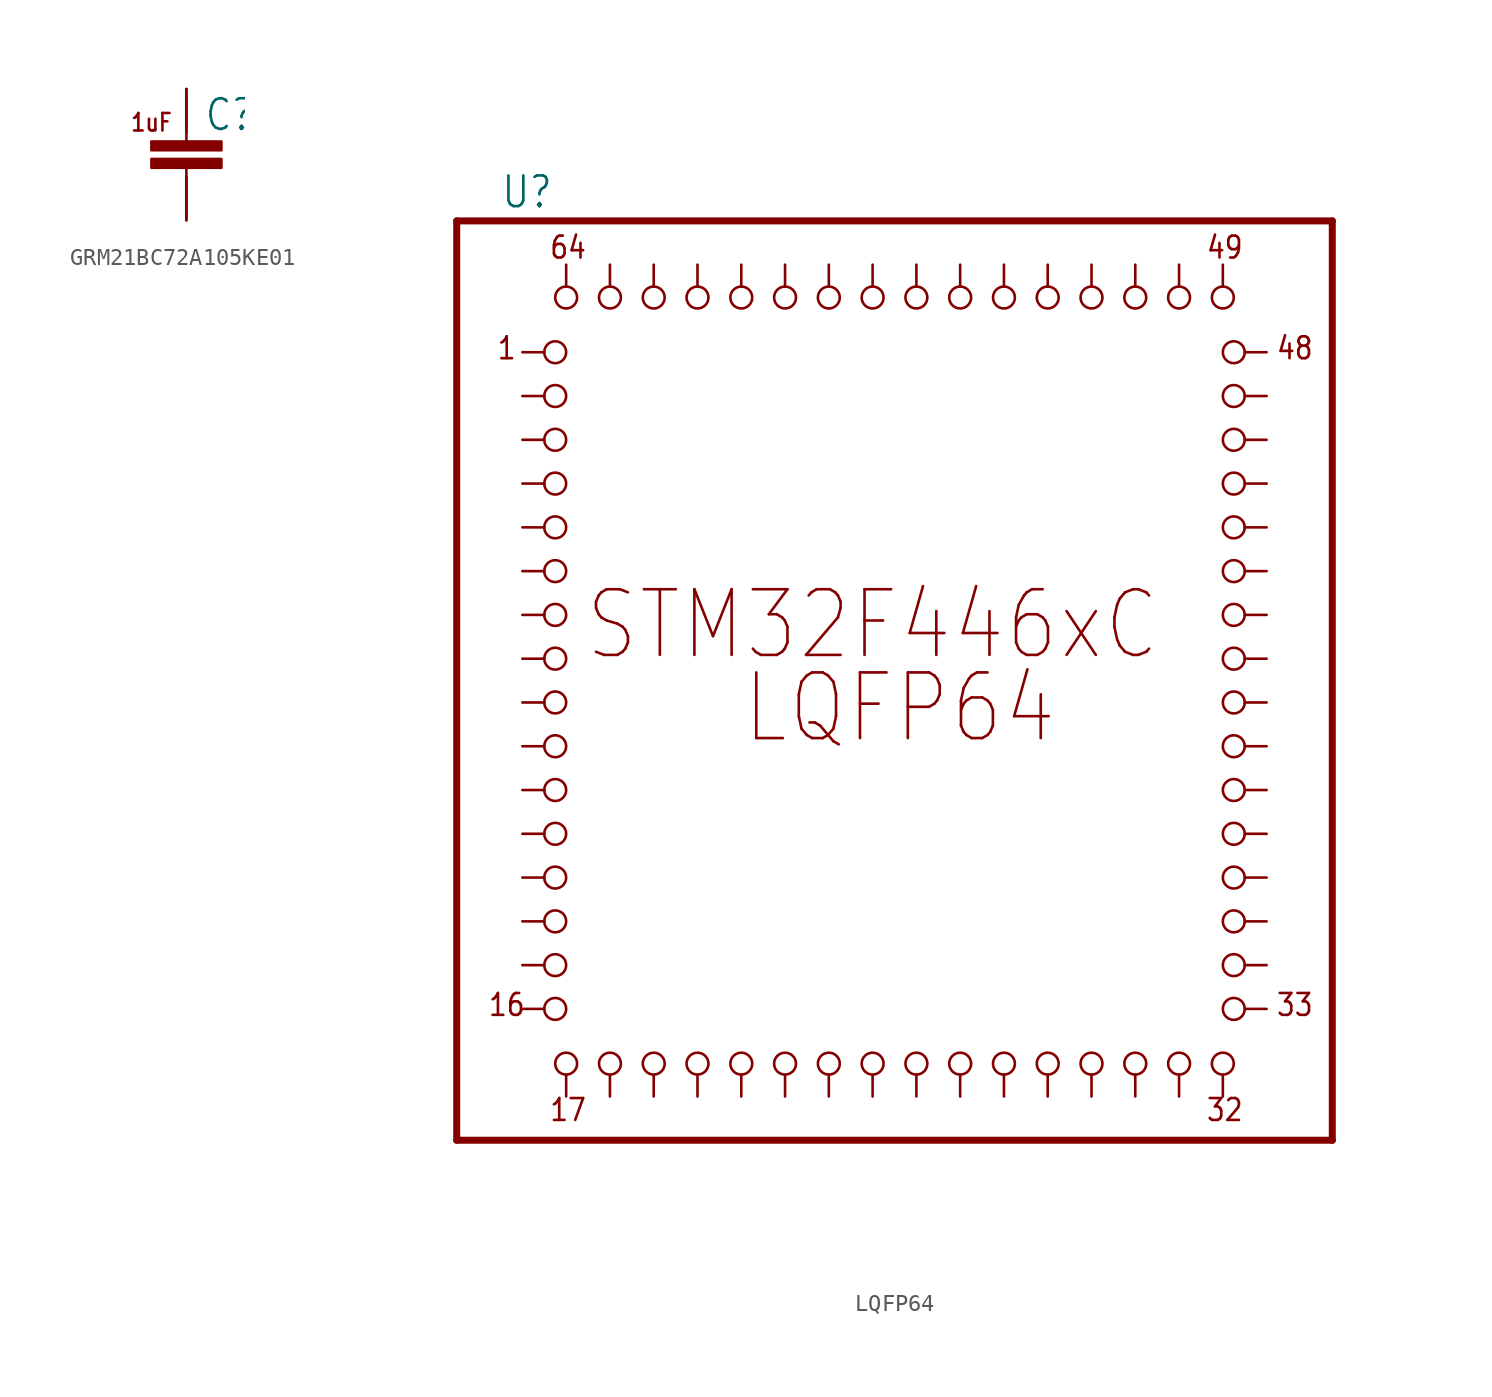
<source format=kicad_sym>
(kicad_symbol_lib
  (version 20220914)
  (generator kicad_symbol_editor)
  (symbol "GRM21BC72A105KE01"
    (property "Reference" "C"
      (at 1.016 0 0)
      (effects (font (size 1.778 1.511)) (justify left bottom)))
    (property "ki_locked" ""
      (at 0 0 0)
      (effects (font (size 1.27 1.27))))
    (symbol "GRM21BC72A105KE01_1_0"
      (rectangle (start -2.032 -2.032) (end 2.032 -1.524) (stroke (width 0) (type default)) (fill (type outline)))
      (rectangle (start -2.032 -1.016) (end 2.032 -0.508) (stroke (width 0) (type default)) (fill (type outline)))
      (polyline (pts (xy 0 -5.08) (xy 0 -2.032)) (stroke (width 0.152) (type solid)) (fill (type none)))
      (polyline (pts (xy 0 -0.508) (xy 0 2.54)) (stroke (width 0.152) (type solid)) (fill (type none)))
      (text "1uF" (at -3.302 0 0) (effects (font (size 1.016 0.864)) (justify left bottom)))
      (pin bidirectional line (at 0 2.54 270) (length 2.54) (name "P$1" (effects (font (size 0 0)))) (number "P$1" (effects (font (size 0 0)))))
      (pin bidirectional line (at 0 -5.08 90) (length 2.54) (name "P$2" (effects (font (size 0 0)))) (number "P$2" (effects (font (size 0 0)))))))
  (symbol "LQFP64"
    (property "Reference" "U"
      (at -6.35 13.335 0)
      (effects (font (size 1.778 1.511)) (justify left bottom)))
    (property "Value" ""
      (at -6.35 -43.18 0)
      (effects (font (size 1.778 1.511)) (justify left bottom)))
    (property "ki_locked" ""
      (at 0 0 0)
      (effects (font (size 1.27 1.27))))
    (symbol "LQFP64_1_0"
      (polyline (pts (xy -8.89 -40.64) (xy 41.91 -40.64)) (stroke (width 0.406) (type solid)) (fill (type none)))
      (polyline (pts (xy -8.89 12.7) (xy -8.89 -40.64)) (stroke (width 0.406) (type solid)) (fill (type none)))
      (polyline (pts (xy 41.91 -40.64) (xy 41.91 12.7)) (stroke (width 0.406) (type solid)) (fill (type none)))
      (polyline (pts (xy 41.91 12.7) (xy -8.89 12.7)) (stroke (width 0.406) (type solid)) (fill (type none)))
      (text "1" (at -6.604 4.572 0) (effects (font (size 1.27 1.079)) (justify left bottom)))
      (text "16" (at -7.112 -33.528 0) (effects (font (size 1.27 1.079)) (justify left bottom)))
      (text "17" (at -3.556 -39.624 0) (effects (font (size 1.27 1.079)) (justify left bottom)))
      (text "32" (at 34.544 -39.624 0) (effects (font (size 1.27 1.079)) (justify left bottom)))
      (text "33" (at 38.608 -33.528 0) (effects (font (size 1.27 1.079)) (justify left bottom)))
      (text "48" (at 38.608 4.572 0) (effects (font (size 1.27 1.079)) (justify left bottom)))
      (text "49" (at 34.544 10.414 0) (effects (font (size 1.27 1.079)) (justify left bottom)))
      (text "64" (at -3.556 10.414 0) (effects (font (size 1.27 1.079)) (justify left bottom)))
      (text "LQFP64" (at 7.62 -17.78 0) (effects (font (size 3.81 3.239)) (justify left bottom)))
      (text "STM32F446xC" (at -1.524 -12.954 0) (effects (font (size 3.81 3.239)) (justify left bottom)))
      (pin passive inverted (at -5.08 5.08 0) (length 2.54) (name "P1" (effects (font (size 0 0)))) (number "P1" (effects (font (size 0 0)))))
      (pin passive inverted (at -5.08 -17.78 0) (length 2.54) (name "P10" (effects (font (size 0 0)))) (number "P10" (effects (font (size 0 0)))))
      (pin passive inverted (at -5.08 -20.32 0) (length 2.54) (name "P11" (effects (font (size 0 0)))) (number "P11" (effects (font (size 0 0)))))
      (pin passive inverted (at -5.08 -22.86 0) (length 2.54) (name "P12" (effects (font (size 0 0)))) (number "P12" (effects (font (size 0 0)))))
      (pin passive inverted (at -5.08 -25.4 0) (length 2.54) (name "P13" (effects (font (size 0 0)))) (number "P13" (effects (font (size 0 0)))))
      (pin passive inverted (at -5.08 -27.94 0) (length 2.54) (name "P14" (effects (font (size 0 0)))) (number "P14" (effects (font (size 0 0)))))
      (pin passive inverted (at -5.08 -30.48 0) (length 2.54) (name "P15" (effects (font (size 0 0)))) (number "P15" (effects (font (size 0 0)))))
      (pin passive inverted (at -5.08 -33.02 0) (length 2.54) (name "P16" (effects (font (size 0 0)))) (number "P16" (effects (font (size 0 0)))))
      (pin passive inverted (at -2.54 -38.1 90) (length 2.54) (name "P17" (effects (font (size 0 0)))) (number "P17" (effects (font (size 0 0)))))
      (pin passive inverted (at 0 -38.1 90) (length 2.54) (name "P18" (effects (font (size 0 0)))) (number "P18" (effects (font (size 0 0)))))
      (pin passive inverted (at 2.54 -38.1 90) (length 2.54) (name "P19" (effects (font (size 0 0)))) (number "P19" (effects (font (size 0 0)))))
      (pin passive inverted (at -5.08 2.54 0) (length 2.54) (name "P2" (effects (font (size 0 0)))) (number "P2" (effects (font (size 0 0)))))
      (pin passive inverted (at 5.08 -38.1 90) (length 2.54) (name "P20" (effects (font (size 0 0)))) (number "P20" (effects (font (size 0 0)))))
      (pin passive inverted (at 7.62 -38.1 90) (length 2.54) (name "P21" (effects (font (size 0 0)))) (number "P21" (effects (font (size 0 0)))))
      (pin passive inverted (at 10.16 -38.1 90) (length 2.54) (name "P22" (effects (font (size 0 0)))) (number "P22" (effects (font (size 0 0)))))
      (pin passive inverted (at 12.7 -38.1 90) (length 2.54) (name "P23" (effects (font (size 0 0)))) (number "P23" (effects (font (size 0 0)))))
      (pin passive inverted (at 15.24 -38.1 90) (length 2.54) (name "P24" (effects (font (size 0 0)))) (number "P24" (effects (font (size 0 0)))))
      (pin passive inverted (at 17.78 -38.1 90) (length 2.54) (name "P25" (effects (font (size 0 0)))) (number "P25" (effects (font (size 0 0)))))
      (pin passive inverted (at 20.32 -38.1 90) (length 2.54) (name "P26" (effects (font (size 0 0)))) (number "P26" (effects (font (size 0 0)))))
      (pin passive inverted (at 22.86 -38.1 90) (length 2.54) (name "P27" (effects (font (size 0 0)))) (number "P27" (effects (font (size 0 0)))))
      (pin passive inverted (at 25.4 -38.1 90) (length 2.54) (name "P28" (effects (font (size 0 0)))) (number "P28" (effects (font (size 0 0)))))
      (pin passive inverted (at 27.94 -38.1 90) (length 2.54) (name "P29" (effects (font (size 0 0)))) (number "P29" (effects (font (size 0 0)))))
      (pin passive inverted (at -5.08 0 0) (length 2.54) (name "P3" (effects (font (size 0 0)))) (number "P3" (effects (font (size 0 0)))))
      (pin passive inverted (at 30.48 -38.1 90) (length 2.54) (name "P30" (effects (font (size 0 0)))) (number "P30" (effects (font (size 0 0)))))
      (pin passive inverted (at 33.02 -38.1 90) (length 2.54) (name "P31" (effects (font (size 0 0)))) (number "P31" (effects (font (size 0 0)))))
      (pin passive inverted (at 35.56 -38.1 90) (length 2.54) (name "P32" (effects (font (size 0 0)))) (number "P32" (effects (font (size 0 0)))))
      (pin passive inverted (at 38.1 -33.02 180) (length 2.54) (name "P33" (effects (font (size 0 0)))) (number "P33" (effects (font (size 0 0)))))
      (pin passive inverted (at 38.1 -30.48 180) (length 2.54) (name "P34" (effects (font (size 0 0)))) (number "P34" (effects (font (size 0 0)))))
      (pin passive inverted (at 38.1 -27.94 180) (length 2.54) (name "P35" (effects (font (size 0 0)))) (number "P35" (effects (font (size 0 0)))))
      (pin passive inverted (at 38.1 -25.4 180) (length 2.54) (name "P36" (effects (font (size 0 0)))) (number "P36" (effects (font (size 0 0)))))
      (pin passive inverted (at 38.1 -22.86 180) (length 2.54) (name "P37" (effects (font (size 0 0)))) (number "P37" (effects (font (size 0 0)))))
      (pin passive inverted (at 38.1 -20.32 180) (length 2.54) (name "P38" (effects (font (size 0 0)))) (number "P38" (effects (font (size 0 0)))))
      (pin passive inverted (at 38.1 -17.78 180) (length 2.54) (name "P39" (effects (font (size 0 0)))) (number "P39" (effects (font (size 0 0)))))
      (pin passive inverted (at -5.08 -2.54 0) (length 2.54) (name "P4" (effects (font (size 0 0)))) (number "P4" (effects (font (size 0 0)))))
      (pin passive inverted (at 38.1 -15.24 180) (length 2.54) (name "P40" (effects (font (size 0 0)))) (number "P40" (effects (font (size 0 0)))))
      (pin passive inverted (at 38.1 -12.7 180) (length 2.54) (name "P41" (effects (font (size 0 0)))) (number "P41" (effects (font (size 0 0)))))
      (pin passive inverted (at 38.1 -10.16 180) (length 2.54) (name "P42" (effects (font (size 0 0)))) (number "P42" (effects (font (size 0 0)))))
      (pin passive inverted (at 38.1 -7.62 180) (length 2.54) (name "P43" (effects (font (size 0 0)))) (number "P43" (effects (font (size 0 0)))))
      (pin passive inverted (at 38.1 -5.08 180) (length 2.54) (name "P44" (effects (font (size 0 0)))) (number "P44" (effects (font (size 0 0)))))
      (pin passive inverted (at 38.1 -2.54 180) (length 2.54) (name "P45" (effects (font (size 0 0)))) (number "P45" (effects (font (size 0 0)))))
      (pin passive inverted (at 38.1 0 180) (length 2.54) (name "P46" (effects (font (size 0 0)))) (number "P46" (effects (font (size 0 0)))))
      (pin passive inverted (at 38.1 2.54 180) (length 2.54) (name "P47" (effects (font (size 0 0)))) (number "P47" (effects (font (size 0 0)))))
      (pin passive inverted (at 38.1 5.08 180) (length 2.54) (name "P48" (effects (font (size 0 0)))) (number "P48" (effects (font (size 0 0)))))
      (pin passive inverted (at 35.56 10.16 270) (length 2.54) (name "P49" (effects (font (size 0 0)))) (number "P49" (effects (font (size 0 0)))))
      (pin passive inverted (at -5.08 -5.08 0) (length 2.54) (name "P5" (effects (font (size 0 0)))) (number "P5" (effects (font (size 0 0)))))
      (pin passive inverted (at 33.02 10.16 270) (length 2.54) (name "P50" (effects (font (size 0 0)))) (number "P50" (effects (font (size 0 0)))))
      (pin passive inverted (at 30.48 10.16 270) (length 2.54) (name "P51" (effects (font (size 0 0)))) (number "P51" (effects (font (size 0 0)))))
      (pin passive inverted (at 27.94 10.16 270) (length 2.54) (name "P52" (effects (font (size 0 0)))) (number "P52" (effects (font (size 0 0)))))
      (pin passive inverted (at 25.4 10.16 270) (length 2.54) (name "P53" (effects (font (size 0 0)))) (number "P53" (effects (font (size 0 0)))))
      (pin passive inverted (at 22.86 10.16 270) (length 2.54) (name "P54" (effects (font (size 0 0)))) (number "P54" (effects (font (size 0 0)))))
      (pin passive inverted (at 20.32 10.16 270) (length 2.54) (name "P55" (effects (font (size 0 0)))) (number "P55" (effects (font (size 0 0)))))
      (pin passive inverted (at 17.78 10.16 270) (length 2.54) (name "P56" (effects (font (size 0 0)))) (number "P56" (effects (font (size 0 0)))))
      (pin passive inverted (at 15.24 10.16 270) (length 2.54) (name "P57" (effects (font (size 0 0)))) (number "P57" (effects (font (size 0 0)))))
      (pin passive inverted (at 12.7 10.16 270) (length 2.54) (name "P58" (effects (font (size 0 0)))) (number "P58" (effects (font (size 0 0)))))
      (pin passive inverted (at 10.16 10.16 270) (length 2.54) (name "P59" (effects (font (size 0 0)))) (number "P59" (effects (font (size 0 0)))))
      (pin passive inverted (at -5.08 -7.62 0) (length 2.54) (name "P6" (effects (font (size 0 0)))) (number "P6" (effects (font (size 0 0)))))
      (pin passive inverted (at 7.62 10.16 270) (length 2.54) (name "P60" (effects (font (size 0 0)))) (number "P60" (effects (font (size 0 0)))))
      (pin passive inverted (at 5.08 10.16 270) (length 2.54) (name "P61" (effects (font (size 0 0)))) (number "P61" (effects (font (size 0 0)))))
      (pin passive inverted (at 2.54 10.16 270) (length 2.54) (name "P62" (effects (font (size 0 0)))) (number "P62" (effects (font (size 0 0)))))
      (pin passive inverted (at 0 10.16 270) (length 2.54) (name "P63" (effects (font (size 0 0)))) (number "P63" (effects (font (size 0 0)))))
      (pin passive inverted (at -2.54 10.16 270) (length 2.54) (name "P64" (effects (font (size 0 0)))) (number "P64" (effects (font (size 0 0)))))
      (pin passive inverted (at -5.08 -10.16 0) (length 2.54) (name "P7" (effects (font (size 0 0)))) (number "P7" (effects (font (size 0 0)))))
      (pin passive inverted (at -5.08 -12.7 0) (length 2.54) (name "P8" (effects (font (size 0 0)))) (number "P8" (effects (font (size 0 0)))))
      (pin passive inverted (at -5.08 -15.24 0) (length 2.54) (name "P9" (effects (font (size 0 0)))) (number "P9" (effects (font (size 0 0))))))))
</source>
